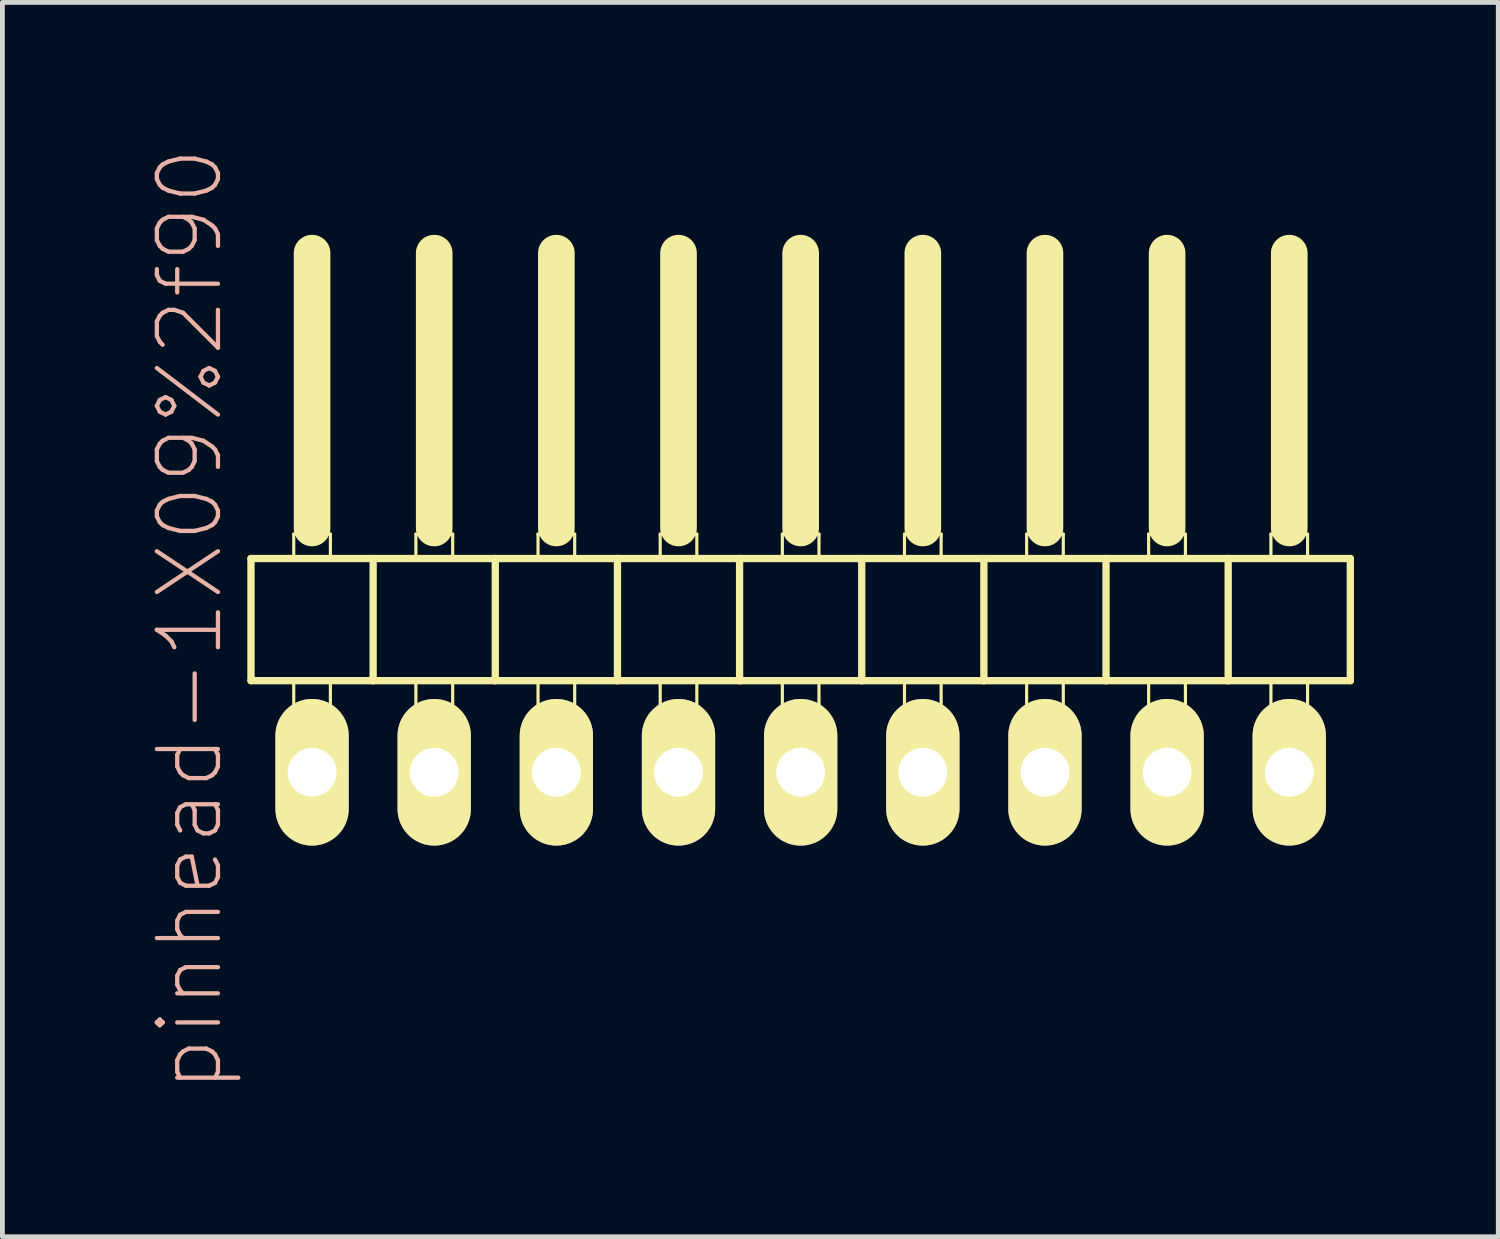
<source format=kicad_pcb>
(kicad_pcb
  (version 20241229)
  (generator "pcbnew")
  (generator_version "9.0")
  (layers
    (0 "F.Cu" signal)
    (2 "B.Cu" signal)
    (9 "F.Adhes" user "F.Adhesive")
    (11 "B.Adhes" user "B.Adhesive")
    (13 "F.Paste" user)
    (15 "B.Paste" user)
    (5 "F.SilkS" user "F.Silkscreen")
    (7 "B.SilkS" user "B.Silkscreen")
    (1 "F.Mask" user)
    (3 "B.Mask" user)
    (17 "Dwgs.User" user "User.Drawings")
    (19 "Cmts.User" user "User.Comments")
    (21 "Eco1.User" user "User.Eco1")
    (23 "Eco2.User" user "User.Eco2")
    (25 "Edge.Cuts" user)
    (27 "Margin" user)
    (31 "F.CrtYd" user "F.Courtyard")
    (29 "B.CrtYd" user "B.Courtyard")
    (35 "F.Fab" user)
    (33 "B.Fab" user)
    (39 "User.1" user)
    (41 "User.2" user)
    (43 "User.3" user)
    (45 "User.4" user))
  (footprint "pinhead-1X09%2f90"
    (layer "F.Cu")
    (at 13.599 9.199)
    (property "Reference" "pinhead-1X09%2f90" (at -12.7 0.635 90) (layer "B.SilkS") (effects (font (size 1.27 1.27) (thickness 0.089))))
    (attr exclude_from_pos_files exclude_from_bom)
    (fp_line (start -11.43 -0.635) (end -11.43 1.905) (stroke (width 0.152) (type solid)) (layer "F.SilkS"))
    (fp_line (start -11.43 1.905) (end -8.89 1.905) (stroke (width 0.152) (type solid)) (layer "F.SilkS"))
    (fp_line (start -10.541 -1.143) (end -9.779 -1.143) (stroke (width 0.066) (type solid)) (layer "F.SilkS"))
    (fp_line (start -10.541 -0.635) (end -10.541 -1.143) (stroke (width 0.066) (type solid)) (layer "F.SilkS"))
    (fp_line (start -10.541 -0.635) (end -9.779 -0.635) (stroke (width 0.066) (type solid)) (layer "F.SilkS"))
    (fp_line (start -10.541 1.905) (end -9.779 1.905) (stroke (width 0.066) (type solid)) (layer "F.SilkS"))
    (fp_line (start -10.541 2.921) (end -10.541 1.905) (stroke (width 0.066) (type solid)) (layer "F.SilkS"))
    (fp_line (start -10.541 2.921) (end -9.779 2.921) (stroke (width 0.066) (type solid)) (layer "F.SilkS"))
    (fp_line (start -10.16 -6.985) (end -10.16 -1.27) (stroke (width 0.762) (type solid)) (layer "F.SilkS"))
    (fp_line (start -9.779 -0.635) (end -9.779 -1.143) (stroke (width 0.066) (type solid)) (layer "F.SilkS"))
    (fp_line (start -9.779 2.921) (end -9.779 1.905) (stroke (width 0.066) (type solid)) (layer "F.SilkS"))
    (fp_line (start -8.89 -0.635) (end -11.43 -0.635) (stroke (width 0.152) (type solid)) (layer "F.SilkS"))
    (fp_line (start -8.89 1.905) (end -8.89 -0.635) (stroke (width 0.152) (type solid)) (layer "F.SilkS"))
    (fp_line (start -8.89 1.905) (end -6.35 1.905) (stroke (width 0.152) (type solid)) (layer "F.SilkS"))
    (fp_line (start -8.001 -1.143) (end -7.236 -1.143) (stroke (width 0.066) (type solid)) (layer "F.SilkS"))
    (fp_line (start -8.001 -0.635) (end -8.001 -1.143) (stroke (width 0.066) (type solid)) (layer "F.SilkS"))
    (fp_line (start -8.001 -0.635) (end -7.236 -0.635) (stroke (width 0.066) (type solid)) (layer "F.SilkS"))
    (fp_line (start -8.001 1.905) (end -7.236 1.905) (stroke (width 0.066) (type solid)) (layer "F.SilkS"))
    (fp_line (start -8.001 2.921) (end -8.001 1.905) (stroke (width 0.066) (type solid)) (layer "F.SilkS"))
    (fp_line (start -8.001 2.921) (end -7.236 2.921) (stroke (width 0.066) (type solid)) (layer "F.SilkS"))
    (fp_line (start -7.62 -6.985) (end -7.62 -1.27) (stroke (width 0.762) (type solid)) (layer "F.SilkS"))
    (fp_line (start -7.236 -0.635) (end -7.236 -1.143) (stroke (width 0.066) (type solid)) (layer "F.SilkS"))
    (fp_line (start -7.236 2.921) (end -7.236 1.905) (stroke (width 0.066) (type solid)) (layer "F.SilkS"))
    (fp_line (start -6.35 -0.635) (end -8.89 -0.635) (stroke (width 0.152) (type solid)) (layer "F.SilkS"))
    (fp_line (start -6.35 1.905) (end -6.35 -0.635) (stroke (width 0.152) (type solid)) (layer "F.SilkS"))
    (fp_line (start -6.35 1.905) (end -3.81 1.905) (stroke (width 0.152) (type solid)) (layer "F.SilkS"))
    (fp_line (start -5.461 -1.143) (end -4.699 -1.143) (stroke (width 0.066) (type solid)) (layer "F.SilkS"))
    (fp_line (start -5.461 -0.635) (end -5.461 -1.143) (stroke (width 0.066) (type solid)) (layer "F.SilkS"))
    (fp_line (start -5.461 -0.635) (end -4.699 -0.635) (stroke (width 0.066) (type solid)) (layer "F.SilkS"))
    (fp_line (start -5.461 1.905) (end -4.699 1.905) (stroke (width 0.066) (type solid)) (layer "F.SilkS"))
    (fp_line (start -5.461 2.921) (end -5.461 1.905) (stroke (width 0.066) (type solid)) (layer "F.SilkS"))
    (fp_line (start -5.461 2.921) (end -4.699 2.921) (stroke (width 0.066) (type solid)) (layer "F.SilkS"))
    (fp_line (start -5.08 -6.985) (end -5.08 -1.27) (stroke (width 0.762) (type solid)) (layer "F.SilkS"))
    (fp_line (start -4.699 -0.635) (end -4.699 -1.143) (stroke (width 0.066) (type solid)) (layer "F.SilkS"))
    (fp_line (start -4.699 2.921) (end -4.699 1.905) (stroke (width 0.066) (type solid)) (layer "F.SilkS"))
    (fp_line (start -3.81 -0.635) (end -6.35 -0.635) (stroke (width 0.152) (type solid)) (layer "F.SilkS"))
    (fp_line (start -3.81 1.905) (end -3.81 -0.635) (stroke (width 0.152) (type solid)) (layer "F.SilkS"))
    (fp_line (start -3.81 1.905) (end -1.27 1.905) (stroke (width 0.152) (type solid)) (layer "F.SilkS"))
    (fp_line (start -2.921 -1.143) (end -2.159 -1.143) (stroke (width 0.066) (type solid)) (layer "F.SilkS"))
    (fp_line (start -2.921 -0.635) (end -2.921 -1.143) (stroke (width 0.066) (type solid)) (layer "F.SilkS"))
    (fp_line (start -2.921 -0.635) (end -2.159 -0.635) (stroke (width 0.066) (type solid)) (layer "F.SilkS"))
    (fp_line (start -2.921 1.905) (end -2.159 1.905) (stroke (width 0.066) (type solid)) (layer "F.SilkS"))
    (fp_line (start -2.921 2.921) (end -2.921 1.905) (stroke (width 0.066) (type solid)) (layer "F.SilkS"))
    (fp_line (start -2.921 2.921) (end -2.159 2.921) (stroke (width 0.066) (type solid)) (layer "F.SilkS"))
    (fp_line (start -2.54 -6.985) (end -2.54 -1.27) (stroke (width 0.762) (type solid)) (layer "F.SilkS"))
    (fp_line (start -2.159 -0.635) (end -2.159 -1.143) (stroke (width 0.066) (type solid)) (layer "F.SilkS"))
    (fp_line (start -2.159 2.921) (end -2.159 1.905) (stroke (width 0.066) (type solid)) (layer "F.SilkS"))
    (fp_line (start -1.27 -0.635) (end -3.81 -0.635) (stroke (width 0.152) (type solid)) (layer "F.SilkS"))
    (fp_line (start -1.27 1.905) (end -1.27 -0.635) (stroke (width 0.152) (type solid)) (layer "F.SilkS"))
    (fp_line (start -1.27 1.905) (end 1.27 1.905) (stroke (width 0.152) (type solid)) (layer "F.SilkS"))
    (fp_line (start -0.381 -1.143) (end 0.381 -1.143) (stroke (width 0.066) (type solid)) (layer "F.SilkS"))
    (fp_line (start -0.381 -0.635) (end -0.381 -1.143) (stroke (width 0.066) (type solid)) (layer "F.SilkS"))
    (fp_line (start -0.381 -0.635) (end 0.381 -0.635) (stroke (width 0.066) (type solid)) (layer "F.SilkS"))
    (fp_line (start -0.381 1.905) (end 0.381 1.905) (stroke (width 0.066) (type solid)) (layer "F.SilkS"))
    (fp_line (start -0.381 2.921) (end -0.381 1.905) (stroke (width 0.066) (type solid)) (layer "F.SilkS"))
    (fp_line (start -0.381 2.921) (end 0.381 2.921) (stroke (width 0.066) (type solid)) (layer "F.SilkS"))
    (fp_line (start 0 -6.985) (end 0 -1.27) (stroke (width 0.762) (type solid)) (layer "F.SilkS"))
    (fp_line (start 0.381 -0.635) (end 0.381 -1.143) (stroke (width 0.066) (type solid)) (layer "F.SilkS"))
    (fp_line (start 0.381 2.921) (end 0.381 1.905) (stroke (width 0.066) (type solid)) (layer "F.SilkS"))
    (fp_line (start 1.27 -0.635) (end -1.27 -0.635) (stroke (width 0.152) (type solid)) (layer "F.SilkS"))
    (fp_line (start 1.27 1.905) (end 1.27 -0.635) (stroke (width 0.152) (type solid)) (layer "F.SilkS"))
    (fp_line (start 1.27 1.905) (end 3.81 1.905) (stroke (width 0.152) (type solid)) (layer "F.SilkS"))
    (fp_line (start 2.159 -1.143) (end 2.921 -1.143) (stroke (width 0.066) (type solid)) (layer "F.SilkS"))
    (fp_line (start 2.159 -0.635) (end 2.159 -1.143) (stroke (width 0.066) (type solid)) (layer "F.SilkS"))
    (fp_line (start 2.159 -0.635) (end 2.921 -0.635) (stroke (width 0.066) (type solid)) (layer "F.SilkS"))
    (fp_line (start 2.159 1.905) (end 2.921 1.905) (stroke (width 0.066) (type solid)) (layer "F.SilkS"))
    (fp_line (start 2.159 2.921) (end 2.159 1.905) (stroke (width 0.066) (type solid)) (layer "F.SilkS"))
    (fp_line (start 2.159 2.921) (end 2.921 2.921) (stroke (width 0.066) (type solid)) (layer "F.SilkS"))
    (fp_line (start 2.54 -6.985) (end 2.54 -1.27) (stroke (width 0.762) (type solid)) (layer "F.SilkS"))
    (fp_line (start 2.921 -0.635) (end 2.921 -1.143) (stroke (width 0.066) (type solid)) (layer "F.SilkS"))
    (fp_line (start 2.921 2.921) (end 2.921 1.905) (stroke (width 0.066) (type solid)) (layer "F.SilkS"))
    (fp_line (start 3.81 -0.635) (end 1.27 -0.635) (stroke (width 0.152) (type solid)) (layer "F.SilkS"))
    (fp_line (start 3.81 1.905) (end 3.81 -0.635) (stroke (width 0.152) (type solid)) (layer "F.SilkS"))
    (fp_line (start 3.81 1.905) (end 6.35 1.905) (stroke (width 0.152) (type solid)) (layer "F.SilkS"))
    (fp_line (start 4.699 -1.143) (end 5.461 -1.143) (stroke (width 0.066) (type solid)) (layer "F.SilkS"))
    (fp_line (start 4.699 -0.635) (end 4.699 -1.143) (stroke (width 0.066) (type solid)) (layer "F.SilkS"))
    (fp_line (start 4.699 -0.635) (end 5.461 -0.635) (stroke (width 0.066) (type solid)) (layer "F.SilkS"))
    (fp_line (start 4.699 1.905) (end 5.461 1.905) (stroke (width 0.066) (type solid)) (layer "F.SilkS"))
    (fp_line (start 4.699 2.921) (end 4.699 1.905) (stroke (width 0.066) (type solid)) (layer "F.SilkS"))
    (fp_line (start 4.699 2.921) (end 5.461 2.921) (stroke (width 0.066) (type solid)) (layer "F.SilkS"))
    (fp_line (start 5.08 -6.985) (end 5.08 -1.27) (stroke (width 0.762) (type solid)) (layer "F.SilkS"))
    (fp_line (start 5.461 -0.635) (end 5.461 -1.143) (stroke (width 0.066) (type solid)) (layer "F.SilkS"))
    (fp_line (start 5.461 2.921) (end 5.461 1.905) (stroke (width 0.066) (type solid)) (layer "F.SilkS"))
    (fp_line (start 6.35 -0.635) (end 3.81 -0.635) (stroke (width 0.152) (type solid)) (layer "F.SilkS"))
    (fp_line (start 6.35 1.905) (end 6.35 -0.635) (stroke (width 0.152) (type solid)) (layer "F.SilkS"))
    (fp_line (start 6.35 1.905) (end 8.89 1.905) (stroke (width 0.152) (type solid)) (layer "F.SilkS"))
    (fp_line (start 7.236 -1.143) (end 8.001 -1.143) (stroke (width 0.066) (type solid)) (layer "F.SilkS"))
    (fp_line (start 7.236 -0.635) (end 7.236 -1.143) (stroke (width 0.066) (type solid)) (layer "F.SilkS"))
    (fp_line (start 7.236 -0.635) (end 8.001 -0.635) (stroke (width 0.066) (type solid)) (layer "F.SilkS"))
    (fp_line (start 7.236 1.905) (end 8.001 1.905) (stroke (width 0.066) (type solid)) (layer "F.SilkS"))
    (fp_line (start 7.236 2.921) (end 7.236 1.905) (stroke (width 0.066) (type solid)) (layer "F.SilkS"))
    (fp_line (start 7.236 2.921) (end 8.001 2.921) (stroke (width 0.066) (type solid)) (layer "F.SilkS"))
    (fp_line (start 7.62 -6.985) (end 7.62 -1.27) (stroke (width 0.762) (type solid)) (layer "F.SilkS"))
    (fp_line (start 8.001 -0.635) (end 8.001 -1.143) (stroke (width 0.066) (type solid)) (layer "F.SilkS"))
    (fp_line (start 8.001 2.921) (end 8.001 1.905) (stroke (width 0.066) (type solid)) (layer "F.SilkS"))
    (fp_line (start 8.89 -0.635) (end 6.35 -0.635) (stroke (width 0.152) (type solid)) (layer "F.SilkS"))
    (fp_line (start 8.89 1.905) (end 8.89 -0.635) (stroke (width 0.152) (type solid)) (layer "F.SilkS"))
    (fp_line (start 8.89 1.905) (end 11.43 1.905) (stroke (width 0.152) (type solid)) (layer "F.SilkS"))
    (fp_line (start 9.779 -1.143) (end 10.541 -1.143) (stroke (width 0.066) (type solid)) (layer "F.SilkS"))
    (fp_line (start 9.779 -0.635) (end 9.779 -1.143) (stroke (width 0.066) (type solid)) (layer "F.SilkS"))
    (fp_line (start 9.779 -0.635) (end 10.541 -0.635) (stroke (width 0.066) (type solid)) (layer "F.SilkS"))
    (fp_line (start 9.779 1.905) (end 10.541 1.905) (stroke (width 0.066) (type solid)) (layer "F.SilkS"))
    (fp_line (start 9.779 2.921) (end 9.779 1.905) (stroke (width 0.066) (type solid)) (layer "F.SilkS"))
    (fp_line (start 9.779 2.921) (end 10.541 2.921) (stroke (width 0.066) (type solid)) (layer "F.SilkS"))
    (fp_line (start 10.16 -6.985) (end 10.16 -1.27) (stroke (width 0.762) (type solid)) (layer "F.SilkS"))
    (fp_line (start 10.541 -0.635) (end 10.541 -1.143) (stroke (width 0.066) (type solid)) (layer "F.SilkS"))
    (fp_line (start 10.541 2.921) (end 10.541 1.905) (stroke (width 0.066) (type solid)) (layer "F.SilkS"))
    (fp_line (start 11.43 -0.635) (end 8.89 -0.635) (stroke (width 0.152) (type solid)) (layer "F.SilkS"))
    (fp_line (start 11.43 1.905) (end 11.43 -0.635) (stroke (width 0.152) (type solid)) (layer "F.SilkS"))
    (pad "1" thru_hole oval (at -10.16 3.81) (size 1.524 3.048) (drill 1.016) (layers "*.Cu" "F.Mask" "F.SilkS" "F.Paste"))
    (pad "2" thru_hole oval (at -7.62 3.81) (size 1.524 3.048) (drill 1.016) (layers "*.Cu" "F.Mask" "F.SilkS" "F.Paste"))
    (pad "3" thru_hole oval (at -5.08 3.81) (size 1.524 3.048) (drill 1.016) (layers "*.Cu" "F.Mask" "F.SilkS" "F.Paste"))
    (pad "4" thru_hole oval (at -2.54 3.81) (size 1.524 3.048) (drill 1.016) (layers "*.Cu" "F.Mask" "F.SilkS" "F.Paste"))
    (pad "5" thru_hole oval (at 0 3.81) (size 1.524 3.048) (drill 1.016) (layers "*.Cu" "F.Mask" "F.SilkS" "F.Paste"))
    (pad "6" thru_hole oval (at 2.54 3.81) (size 1.524 3.048) (drill 1.016) (layers "*.Cu" "F.Mask" "F.SilkS" "F.Paste"))
    (pad "7" thru_hole oval (at 5.08 3.81) (size 1.524 3.048) (drill 1.016) (layers "*.Cu" "F.Mask" "F.SilkS" "F.Paste"))
    (pad "8" thru_hole oval (at 7.62 3.81) (size 1.524 3.048) (drill 1.016) (layers "*.Cu" "F.Mask" "F.SilkS" "F.Paste"))
    (pad "9" thru_hole oval (at 10.16 3.81) (size 1.524 3.048) (drill 1.016) (layers "*.Cu" "F.Mask" "F.SilkS" "F.Paste")))
  (gr_rect
    (start -3 -3)
    (end 28.105 22.667)
    (stroke (width 0.1) (type default))
    (fill no)
    (layer "Edge.Cuts")))
</source>
